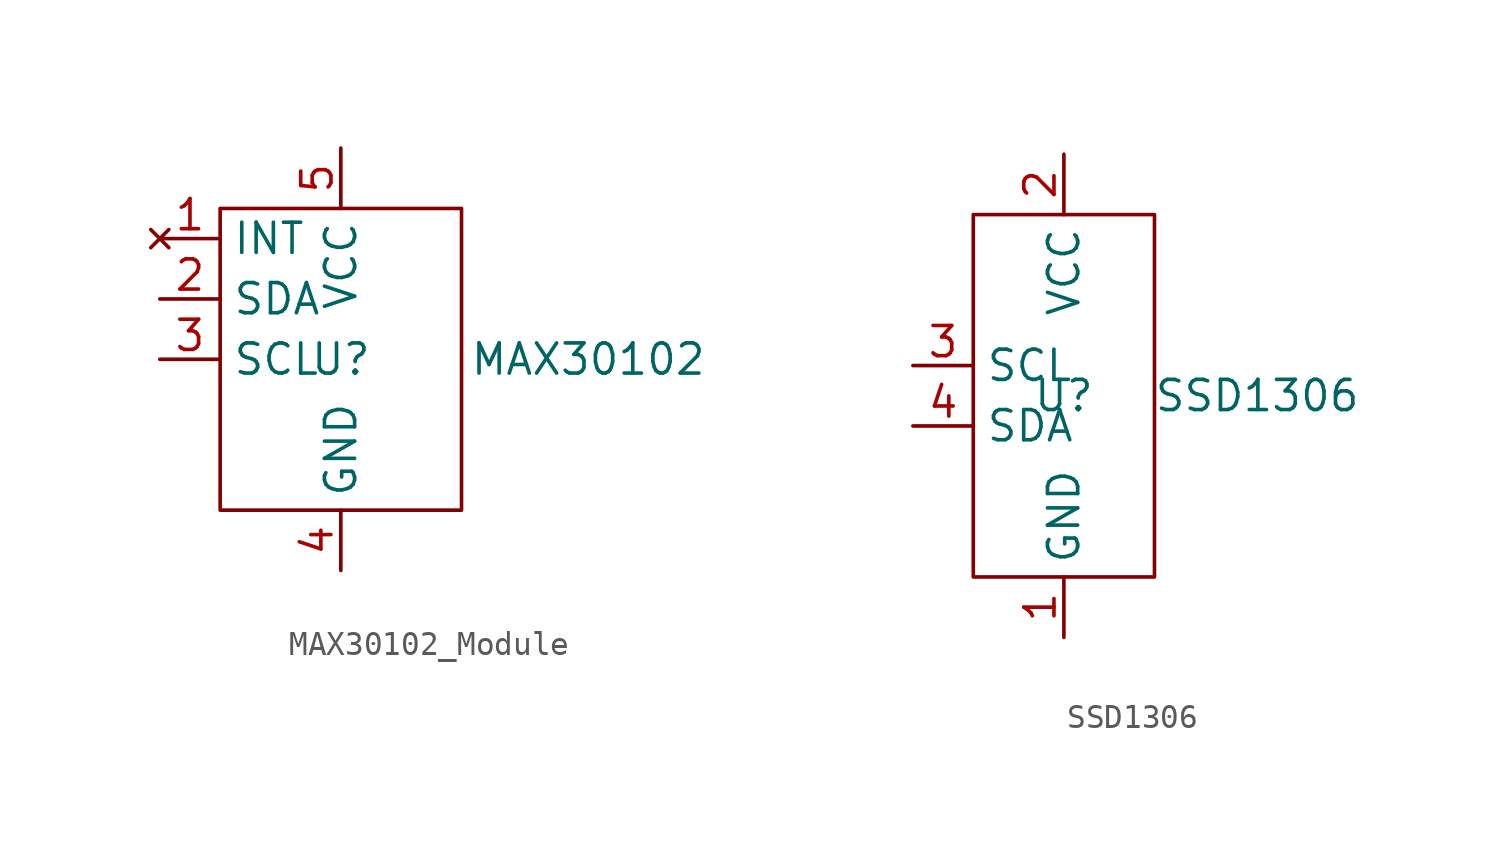
<source format=kicad_sym>
(kicad_symbol_lib
  (version 20231120)
  (generator "kicad_symbol_editor")
  (generator_version "8.0")
  (symbol "MAX30102_Module"
    (property "Reference" "U"
      (at 0 0 0)
      (effects (font (size 1.27 1.27))))
    (property "Value" "MAX30102"
      (at 10.414 0 0)
      (effects (font (size 1.27 1.27))))
    (symbol "MAX30102_Module_0_1"
      (rectangle (start -5.08 6.35) (end 5.08 -6.35) (stroke (width 0) (type default)) (fill (type none))))
    (symbol "MAX30102_Module_1_1"
      (pin no_connect line (at -7.62 5.08 0) (length 2.54) (name "INT" (effects (font (size 1.27 1.27)))) (number "1" (effects (font (size 1.27 1.27)))))
      (pin bidirectional line (at -7.62 2.54 0) (length 2.54) (name "SDA" (effects (font (size 1.27 1.27)))) (number "2" (effects (font (size 1.27 1.27)))))
      (pin input line (at -7.62 0 0) (length 2.54) (name "SCL" (effects (font (size 1.27 1.27)))) (number "3" (effects (font (size 1.27 1.27)))))
      (pin power_in line (at 0 -8.89 90) (length 2.54) (name "GND" (effects (font (size 1.27 1.27)))) (number "4" (effects (font (size 1.27 1.27)))))
      (pin power_in line (at 0 8.89 270) (length 2.54) (name "VCC" (effects (font (size 1.27 1.27)))) (number "5" (effects (font (size 1.27 1.27)))))))
  (symbol "SSD1306"
    (property "Reference" "U"
      (at 0 0 0)
      (effects (font (size 1.27 1.27))))
    (property "Value" "SSD1306"
      (at 8.128 0 0)
      (effects (font (size 1.27 1.27))))
    (symbol "SSD1306_0_1"
      (rectangle (start -3.81 7.62) (end 3.81 -7.62) (stroke (width 0) (type default)) (fill (type none))))
    (symbol "SSD1306_1_1"
      (pin power_in line (at 0 -10.16 90) (length 2.54) (name "GND" (effects (font (size 1.27 1.27)))) (number "1" (effects (font (size 1.27 1.27)))))
      (pin power_in line (at 0 10.16 270) (length 2.54) (name "VCC" (effects (font (size 1.27 1.27)))) (number "2" (effects (font (size 1.27 1.27)))))
      (pin input line (at -6.35 1.27 0) (length 2.54) (name "SCL" (effects (font (size 1.27 1.27)))) (number "3" (effects (font (size 1.27 1.27)))))
      (pin bidirectional line (at -6.35 -1.27 0) (length 2.54) (name "SDA" (effects (font (size 1.27 1.27)))) (number "4" (effects (font (size 1.27 1.27))))))))
</source>
